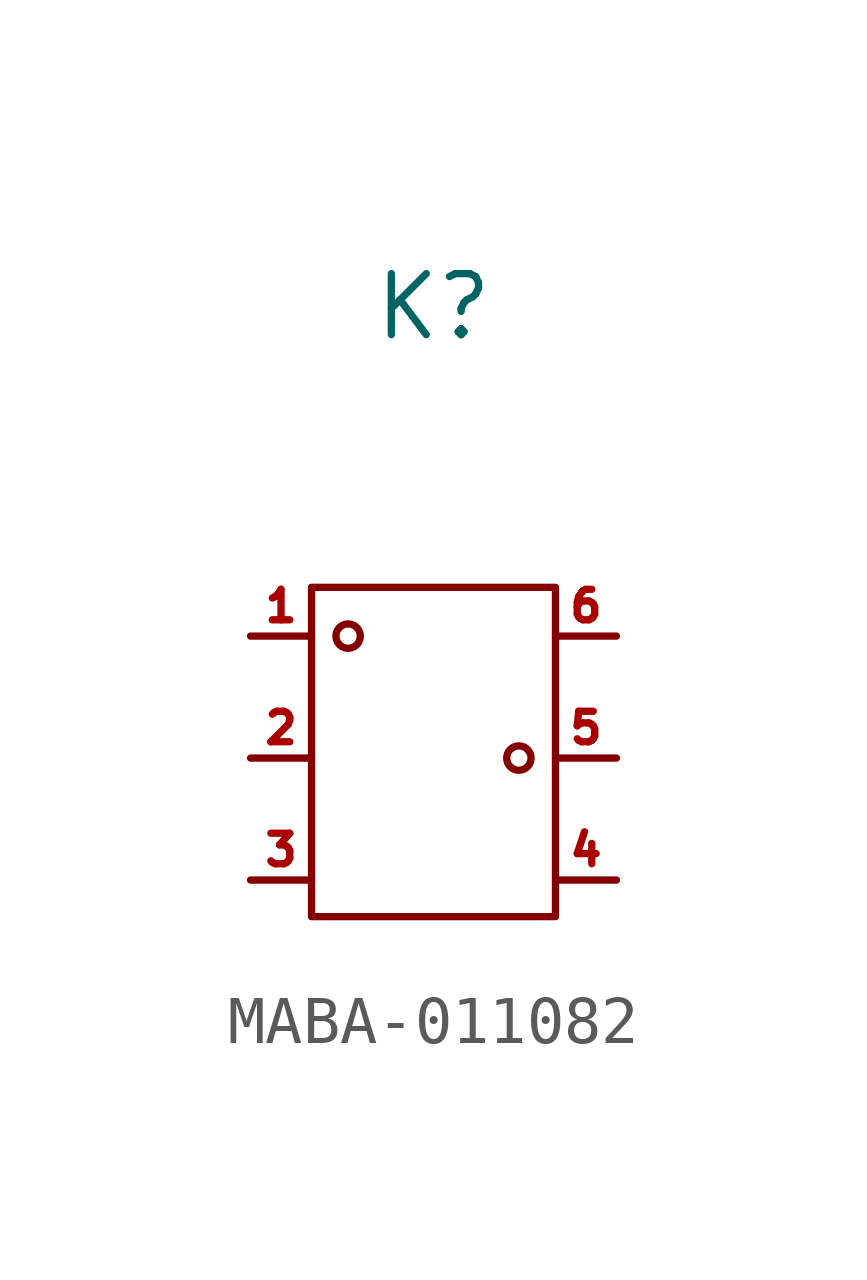
<source format=kicad_sym>
(kicad_symbol_lib
  (version 20231120)
  (generator "kicad_symbol_editor")
  (generator_version "8.0")
  (symbol "MABA-011082"
    (pin_names hide)
    (property "Reference" "K"
      (at 0 9.398 0)
      (effects (font (size 1.27 1.27))))
    (property "Value" ""
      (at 0 0 0)
      (effects (font (size 1.27 1.27))))
    (symbol "MABA-011082_0_1"
      (rectangle (start -2.54 3.556) (end 2.54 -3.302) (stroke (width 0) (type default)) (fill (type none)))
      (circle (center -1.778 2.54) (radius 0.254) (stroke (width 0) (type default)) (fill (type none)))
      (circle (center 1.778 0) (radius 0.254) (stroke (width 0) (type default)) (fill (type none))))
    (symbol "MABA-011082_1_1"
      (pin passive line (at -3.81 2.54 0) (length 1.27) (name "1" (effects (font (size 0.635 0.635)))) (number "1" (effects (font (size 0.635 0.635)))))
      (pin passive line (at -3.81 0 0) (length 1.27) (name "2" (effects (font (size 0.635 0.635)))) (number "2" (effects (font (size 0.635 0.635)))))
      (pin passive line (at -3.81 -2.54 0) (length 1.27) (name "3" (effects (font (size 0.635 0.635)))) (number "3" (effects (font (size 0.635 0.635)))))
      (pin passive line (at 3.81 -2.54 180) (length 1.27) (name "4" (effects (font (size 0.635 0.635)))) (number "4" (effects (font (size 0.635 0.635)))))
      (pin passive line (at 3.81 0 180) (length 1.27) (name "5" (effects (font (size 0.635 0.635)))) (number "5" (effects (font (size 0.635 0.635)))))
      (pin passive line (at 3.81 2.54 180) (length 1.27) (name "6" (effects (font (size 0.635 0.635)))) (number "6" (effects (font (size 0.635 0.635))))))))
</source>
